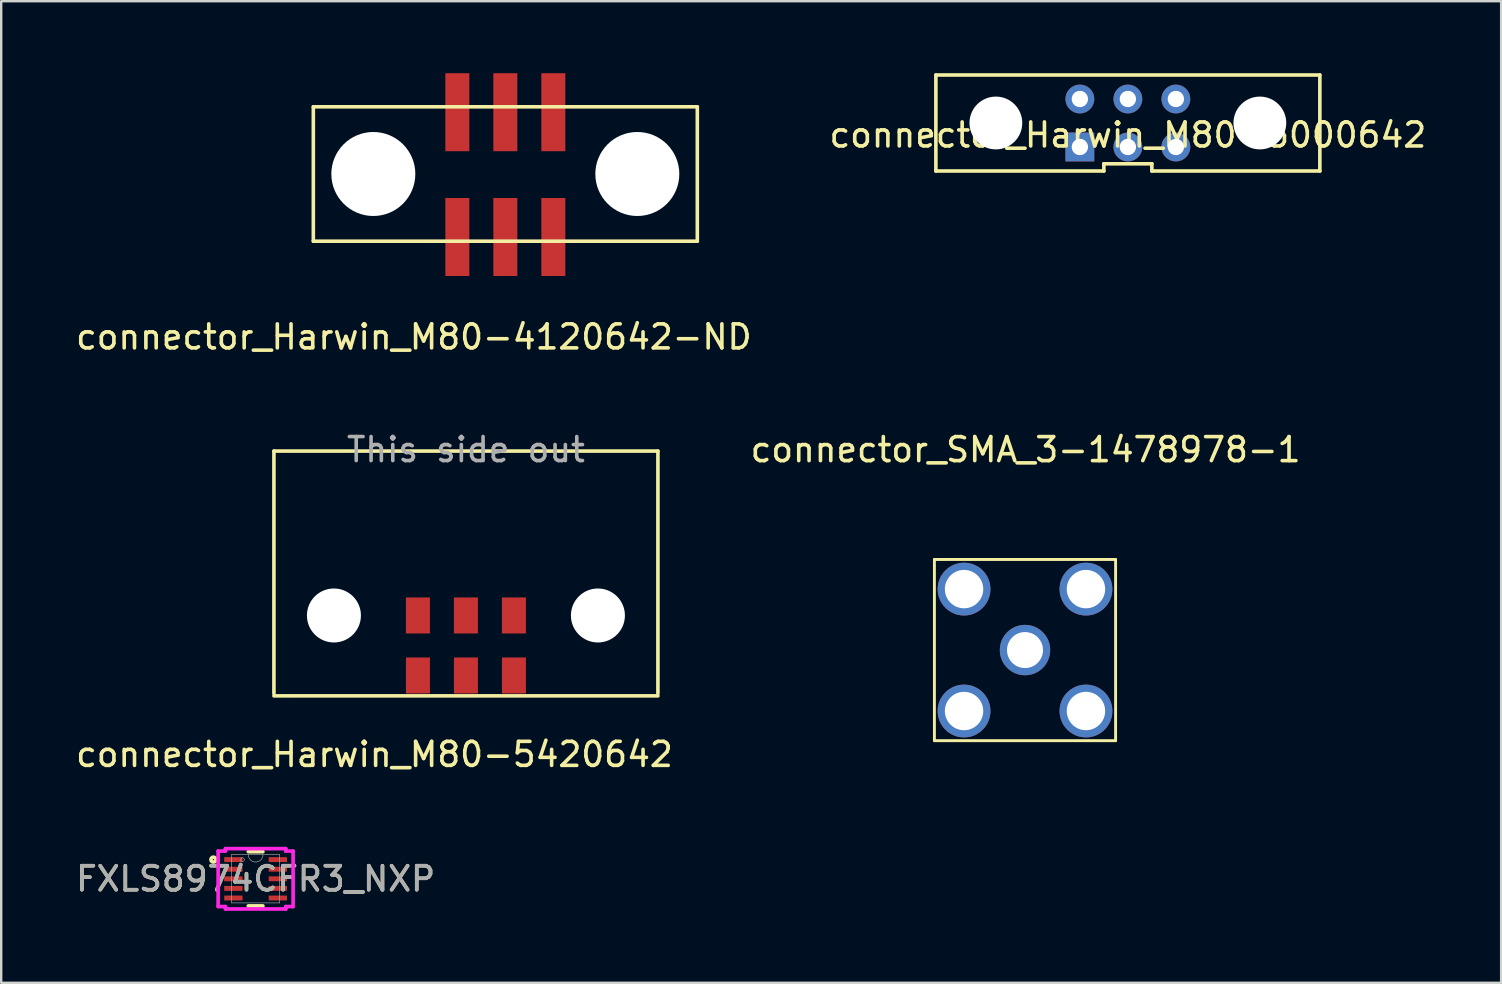
<source format=kicad_pcb>
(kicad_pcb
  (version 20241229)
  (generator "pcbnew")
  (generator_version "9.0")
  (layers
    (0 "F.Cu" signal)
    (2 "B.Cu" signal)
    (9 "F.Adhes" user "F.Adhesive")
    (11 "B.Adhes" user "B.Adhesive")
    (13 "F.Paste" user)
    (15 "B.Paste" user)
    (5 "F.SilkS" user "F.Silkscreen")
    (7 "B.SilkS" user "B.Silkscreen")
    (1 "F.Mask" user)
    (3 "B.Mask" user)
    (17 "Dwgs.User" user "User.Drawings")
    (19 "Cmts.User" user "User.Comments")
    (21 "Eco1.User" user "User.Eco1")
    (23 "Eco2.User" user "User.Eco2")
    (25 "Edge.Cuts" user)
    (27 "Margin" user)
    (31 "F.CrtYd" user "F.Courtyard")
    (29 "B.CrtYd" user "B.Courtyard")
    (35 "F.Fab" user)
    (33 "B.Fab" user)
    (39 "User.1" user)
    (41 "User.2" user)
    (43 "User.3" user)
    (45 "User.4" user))
  (footprint "connector_Harwin_M80-5420642"
    (layer "F.Cu")
    (at 16.364 25.846)
    (property "Reference" "connector_Harwin_M80-5420642" (at -3.81 2.54 0) (layer "F.SilkS") (effects (font (size 1 1) (thickness 0.15))))
    (attr through_hole)
    (fp_line (start -8 -10.1) (end 8 -10.1) (stroke (width 0.15) (type solid)) (layer "F.SilkS"))
    (fp_line (start -8 0) (end -8 -10.1) (stroke (width 0.15) (type solid)) (layer "F.SilkS"))
    (fp_line (start -8 0.1) (end 8 0.1) (stroke (width 0.15) (type solid)) (layer "F.SilkS"))
    (fp_line (start 8 0) (end 8 -10.1) (stroke (width 0.15) (type solid)) (layer "F.SilkS"))
    (fp_text user "This side out" (at 0 -10.16 0) (layer "F.Fab") (effects (font (size 1 1) (thickness 0.15))))
    (pad "" np_thru_hole circle (at -5.5 -3.25 180) (size 2.25 2.25) (drill 2.25) (layers "*.Cu" "*.Mask"))
    (pad "" np_thru_hole circle (at 5.5 -3.25 180) (size 2.25 2.25) (drill 2.25) (layers "*.Cu" "*.Mask"))
    (pad "1" smd rect (at 2 -0.75 180) (size 1 1.5) (layers "F.Cu" "F.Mask" "F.Paste"))
    (pad "2" smd rect (at 0 -0.75 180) (size 1 1.5) (layers "F.Cu" "F.Mask" "F.Paste"))
    (pad "3" smd rect (at -2 -0.75 180) (size 1 1.5) (layers "F.Cu" "F.Mask" "F.Paste"))
    (pad "4" smd rect (at 2 -3.25 180) (size 1 1.5) (layers "F.Cu" "F.Mask" "F.Paste"))
    (pad "5" smd rect (at 0 -3.25 180) (size 1 1.5) (layers "F.Cu" "F.Mask" "F.Paste"))
    (pad "6" smd rect (at -2 -3.25 180) (size 1 1.5) (layers "F.Cu" "F.Mask" "F.Paste")))
  (footprint "connector_Harwin_M80-4120642-ND"
    (layer "F.Cu")
    (at 18.006 8.45)
    (property "Reference" "connector_Harwin_M80-4120642-ND" (at -3.81 2.54 0) (layer "F.SilkS") (effects (font (size 1 1) (thickness 0.15))))
    (attr through_hole)
    (fp_line (start -8 -7.05) (end 8 -7.05) (stroke (width 0.15) (type solid)) (layer "F.SilkS"))
    (fp_line (start -8 -1.45) (end -8 -7.05) (stroke (width 0.15) (type solid)) (layer "F.SilkS"))
    (fp_line (start -8 -1.45) (end 8 -1.45) (stroke (width 0.15) (type solid)) (layer "F.SilkS"))
    (fp_line (start 8 -1.45) (end 8 -7.05) (stroke (width 0.15) (type solid)) (layer "F.SilkS"))
    (pad "" np_thru_hole circle (at -5.5 -4.25 180) (size 3.5 3.5) (drill 3.5) (layers "*.Cu" "*.Mask"))
    (pad "" np_thru_hole circle (at 5.5 -4.25 180) (size 3.5 3.5) (drill 3.5) (layers "*.Cu" "*.Mask"))
    (pad "1" smd rect (at 2 -1.625 180) (size 1 3.25) (layers "F.Cu" "F.Mask" "F.Paste"))
    (pad "2" smd rect (at 0 -1.625 180) (size 1 3.25) (layers "F.Cu" "F.Mask" "F.Paste"))
    (pad "3" smd rect (at -2 -1.625 180) (size 1 3.25) (layers "F.Cu" "F.Mask" "F.Paste"))
    (pad "4" smd rect (at 2 -6.825 180) (size 1 3.25) (layers "F.Cu" "F.Mask" "F.Paste"))
    (pad "5" smd rect (at 0 -6.825 180) (size 1 3.25) (layers "F.Cu" "F.Mask" "F.Paste"))
    (pad "6" smd rect (at -2 -6.825 180) (size 1 3.25) (layers "F.Cu" "F.Mask" "F.Paste")))
  (footprint "connector_Harwin_M80-5000642"
    (layer "F.Cu")
    (at 43.946 2.075)
    (property "Reference" "connector_Harwin_M80-5000642" (at 0 0.5 0) (layer "F.SilkS") (effects (font (size 1 1) (thickness 0.15))))
    (attr through_hole)
    (fp_line (start -8 -2) (end -8 2) (stroke (width 0.15) (type solid)) (layer "F.SilkS"))
    (fp_line (start -8 2) (end -1 2) (stroke (width 0.15) (type solid)) (layer "F.SilkS"))
    (fp_line (start -1 1.7) (end 1 1.7) (stroke (width 0.15) (type solid)) (layer "F.SilkS"))
    (fp_line (start -1 2) (end -1 1.7) (stroke (width 0.15) (type solid)) (layer "F.SilkS"))
    (fp_line (start 1 1.7) (end 1 2) (stroke (width 0.15) (type solid)) (layer "F.SilkS"))
    (fp_line (start 1 2) (end 8 2) (stroke (width 0.15) (type solid)) (layer "F.SilkS"))
    (fp_line (start 8 -2) (end -8 -2) (stroke (width 0.15) (type solid)) (layer "F.SilkS"))
    (fp_line (start 8 2) (end 8 -2) (stroke (width 0.15) (type solid)) (layer "F.SilkS"))
    (pad "" np_thru_hole circle (at -5.5 0) (size 2.2 2.2) (drill 2.2) (layers "*.Cu" "*.Mask"))
    (pad "" np_thru_hole circle (at 5.5 0) (size 2.2 2.2) (drill 2.2) (layers "*.Cu" "*.Mask"))
    (pad "1" thru_hole rect (at -2 1) (size 1.2 1.2) (drill 0.68) (layers "*.Cu" "*.Mask"))
    (pad "2" thru_hole circle (at 0 1) (size 1.2 1.2) (drill 0.68) (layers "*.Cu" "*.Mask"))
    (pad "3" thru_hole circle (at 2 1) (size 1.2 1.2) (drill 0.68) (layers "*.Cu" "*.Mask"))
    (pad "4" thru_hole circle (at -2 -1) (size 1.2 1.2) (drill 0.68) (layers "*.Cu" "*.Mask"))
    (pad "5" thru_hole circle (at 0 -1) (size 1.2 1.2) (drill 0.68) (layers "*.Cu" "*.Mask"))
    (pad "6" thru_hole circle (at 2 -1) (size 1.2 1.2) (drill 0.68) (layers "*.Cu" "*.Mask")))
  (footprint "connector_SMA_3-1478978-1"
    (layer "F.Cu")
    (at 39.66 24.037)
    (property "Reference" "connector_SMA_3-1478978-1" (at 0.025 -8.35 0) (layer "F.SilkS") (effects (font (size 1 1) (thickness 0.15))))
    (attr through_hole)
    (fp_line (start -3.775 -3.775) (end -3.775 3.775) (stroke (width 0.12) (type solid)) (layer "F.SilkS"))
    (fp_line (start -3.775 -3.775) (end 3.775 -3.775) (stroke (width 0.12) (type solid)) (layer "F.SilkS"))
    (fp_line (start 3.775 -3.775) (end 3.775 3.775) (stroke (width 0.12) (type solid)) (layer "F.SilkS"))
    (fp_line (start 3.775 3.775) (end -3.775 3.775) (stroke (width 0.12) (type solid)) (layer "F.SilkS"))
    (pad "1" thru_hole circle (at -2.54 2.54) (size 2.2 2.2) (drill 1.6) (layers "*.Cu" "*.Mask"))
    (pad "2" thru_hole circle (at -2.54 -2.54) (size 2.2 2.2) (drill 1.6) (layers "*.Cu" "*.Mask"))
    (pad "3" thru_hole circle (at 2.54 -2.54) (size 2.2 2.2) (drill 1.6) (layers "*.Cu" "*.Mask"))
    (pad "4" thru_hole circle (at 2.54 2.54) (size 2.2 2.2) (drill 1.6) (layers "*.Cu" "*.Mask"))
    (pad "5" thru_hole circle (at 0 0) (size 2.1 2.1) (drill 1.5) (layers "*.Cu" "*.Mask")))
  (footprint "FXLS8974CFR3_NXP"
    (layer "F.Cu")
    (at 7.601 33.568)
    (property "Reference" "FXLS8974CFR3_NXP" (at 0 0 0) (unlocked yes) (layer "F.SilkS") (effects (font (size 1 1) (thickness 0.15))))
    (attr smd)
    (fp_line (start -0.304 1.13) (end 0.304 1.13) (stroke (width 0.152) (type solid)) (layer "F.SilkS"))
    (fp_line (start 0.304 -1.13) (end -0.304 -1.13) (stroke (width 0.152) (type solid)) (layer "F.SilkS"))
    (fp_circle (center -1.759 -0.8) (end -1.657 -0.8) (stroke (width 0.152) (type solid)) (fill no) (layer "F.SilkS"))
    (fp_line (start -1.562 -1.156) (end -1.257 -1.156) (stroke (width 0.152) (type solid)) (layer "F.CrtYd"))
    (fp_line (start -1.562 1.156) (end -1.562 -1.156) (stroke (width 0.152) (type solid)) (layer "F.CrtYd"))
    (fp_line (start -1.562 1.156) (end -1.257 1.156) (stroke (width 0.152) (type solid)) (layer "F.CrtYd"))
    (fp_line (start -1.257 -1.257) (end 1.257 -1.257) (stroke (width 0.152) (type solid)) (layer "F.CrtYd"))
    (fp_line (start -1.257 -1.156) (end -1.257 -1.257) (stroke (width 0.152) (type solid)) (layer "F.CrtYd"))
    (fp_line (start -1.257 1.257) (end -1.257 1.156) (stroke (width 0.152) (type solid)) (layer "F.CrtYd"))
    (fp_line (start 1.257 -1.257) (end 1.257 -1.156) (stroke (width 0.152) (type solid)) (layer "F.CrtYd"))
    (fp_line (start 1.257 1.156) (end 1.257 1.257) (stroke (width 0.152) (type solid)) (layer "F.CrtYd"))
    (fp_line (start 1.257 1.257) (end -1.257 1.257) (stroke (width 0.152) (type solid)) (layer "F.CrtYd"))
    (fp_line (start 1.562 -1.156) (end 1.257 -1.156) (stroke (width 0.152) (type solid)) (layer "F.CrtYd"))
    (fp_line (start 1.562 -1.156) (end 1.562 1.156) (stroke (width 0.152) (type solid)) (layer "F.CrtYd"))
    (fp_line (start 1.562 1.156) (end 1.257 1.156) (stroke (width 0.152) (type solid)) (layer "F.CrtYd"))
    (fp_line (start -1.003 -1.003) (end -1.003 1.003) (stroke (width 0.025) (type solid)) (layer "F.Fab"))
    (fp_line (start -1.003 1.003) (end 1.003 1.003) (stroke (width 0.025) (type solid)) (layer "F.Fab"))
    (fp_line (start 1.003 -1.003) (end -1.003 -1.003) (stroke (width 0.025) (type solid)) (layer "F.Fab"))
    (fp_line (start 1.003 1.003) (end 1.003 -1.003) (stroke (width 0.025) (type solid)) (layer "F.Fab"))
    (fp_arc (start 0.3048 -1.0033) (mid 0 -0.6985) (end -0.3048 -1.0033) (stroke (width 0.0254) (type solid)) (layer "F.Fab"))
    (fp_circle (center -0.546 -0.8) (end -0.47 -0.8) (stroke (width 0.025) (type solid)) (fill no) (layer "F.Fab"))
    (fp_text user "${REFERENCE}" (at 0 0 0) (unlocked yes) (layer "F.Fab") (effects (font (size 1 1) (thickness 0.15))))
    (pad "1" smd rect (at -0.927 -0.8) (size 0.762 0.203) (layers "F.Cu" "F.Mask" "F.Paste"))
    (pad "2" smd rect (at -0.927 -0.4) (size 0.762 0.203) (layers "F.Cu" "F.Mask" "F.Paste"))
    (pad "3" smd rect (at -0.927 0) (size 0.762 0.203) (layers "F.Cu" "F.Mask" "F.Paste"))
    (pad "4" smd rect (at -0.927 0.4) (size 0.762 0.203) (layers "F.Cu" "F.Mask" "F.Paste"))
    (pad "5" smd rect (at -0.927 0.8) (size 0.762 0.203) (layers "F.Cu" "F.Mask" "F.Paste"))
    (pad "6" smd rect (at 0.927 0.8) (size 0.762 0.203) (layers "F.Cu" "F.Mask" "F.Paste"))
    (pad "7" smd rect (at 0.927 0.4) (size 0.762 0.203) (layers "F.Cu" "F.Mask" "F.Paste"))
    (pad "8" smd rect (at 0.927 0) (size 0.762 0.203) (layers "F.Cu" "F.Mask" "F.Paste"))
    (pad "9" smd rect (at 0.927 -0.4) (size 0.762 0.203) (layers "F.Cu" "F.Mask" "F.Paste"))
    (pad "10" smd rect (at 0.927 -0.8) (size 0.762 0.203) (layers "F.Cu" "F.Mask" "F.Paste")))
  (gr_rect
    (start -3 -3)
    (end 59.5 37.902)
    (stroke (width 0.1) (type default))
    (fill no)
    (layer "Edge.Cuts")))
</source>
